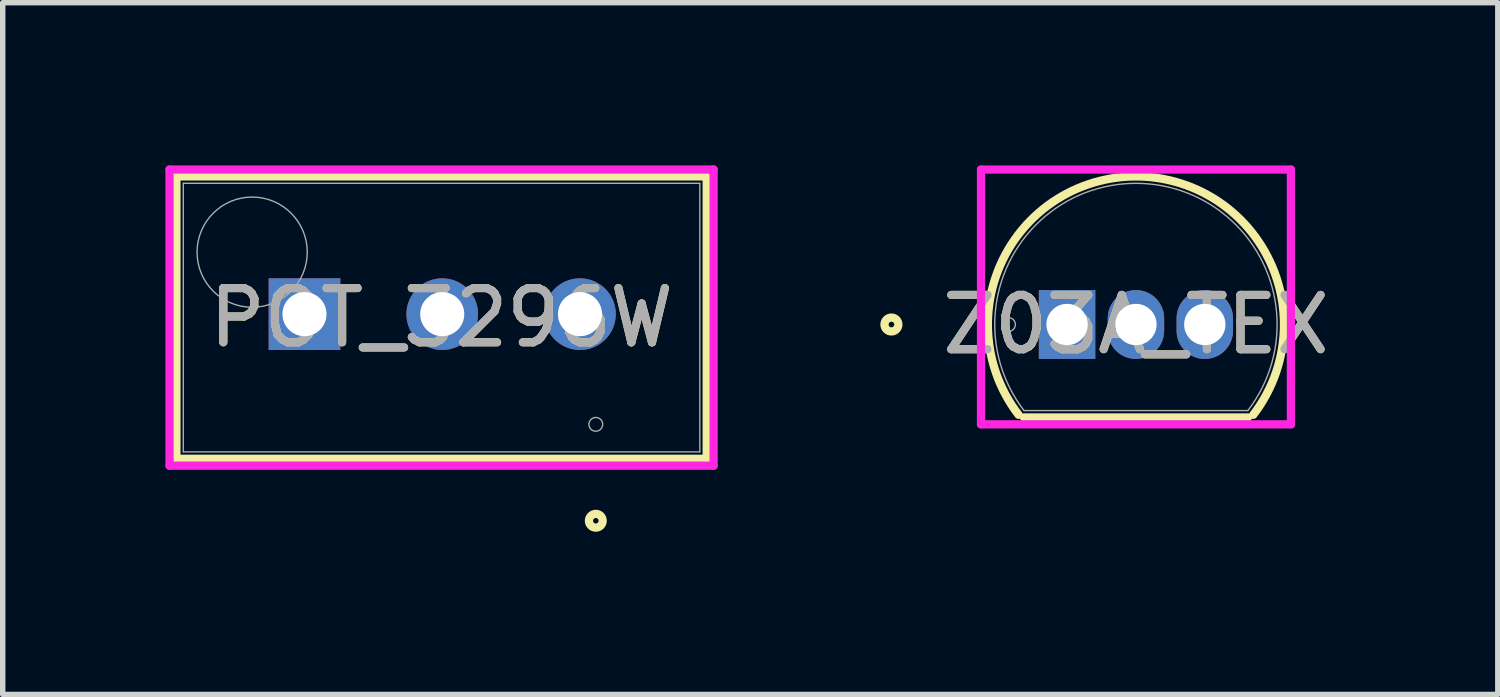
<source format=kicad_pcb>
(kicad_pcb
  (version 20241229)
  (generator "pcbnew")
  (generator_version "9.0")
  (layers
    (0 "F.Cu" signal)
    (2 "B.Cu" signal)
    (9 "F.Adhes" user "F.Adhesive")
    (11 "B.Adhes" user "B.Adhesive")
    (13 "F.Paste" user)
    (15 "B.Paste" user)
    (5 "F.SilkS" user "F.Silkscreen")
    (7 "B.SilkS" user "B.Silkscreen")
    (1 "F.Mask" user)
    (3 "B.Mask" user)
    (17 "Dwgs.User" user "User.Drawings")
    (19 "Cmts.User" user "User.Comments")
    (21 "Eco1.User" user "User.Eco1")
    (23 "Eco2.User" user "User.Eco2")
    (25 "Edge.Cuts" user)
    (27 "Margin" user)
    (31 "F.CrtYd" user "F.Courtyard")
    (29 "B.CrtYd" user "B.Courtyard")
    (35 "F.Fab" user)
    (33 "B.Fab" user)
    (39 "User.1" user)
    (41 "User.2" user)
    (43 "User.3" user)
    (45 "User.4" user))
  (footprint "Z03A_TEX"
    (layer "F.Cu")
    (at 16.627 2.934)
    (property "Reference" "Z03A_TEX" (at 1.27 0 0) (unlocked yes) (layer "F.SilkS") (effects (font (size 1 1) (thickness 0.15))))
    (attr through_hole)
    (fp_line (start -0.794 1.714) (end 3.334 1.714) (stroke (width 0.152) (type solid)) (layer "F.SilkS"))
    (fp_arc (start -0.894167 1.664936) (mid 0.39069 -2.585042) (end 4.0005 0) (stroke (width 0.1524) (type solid)) (layer "F.SilkS"))
    (fp_arc (start 4.0005 0.000001) (mid 3.855041 0.879313) (end 3.434164 1.66494) (stroke (width 0.1524) (type solid)) (layer "F.SilkS"))
    (fp_circle (center -3.239 0) (end -3.111 0) (stroke (width 0.152) (type solid)) (fill no) (layer "F.SilkS"))
    (fp_line (start -1.587 -2.857) (end 4.128 -2.857) (stroke (width 0.152) (type solid)) (layer "F.CrtYd"))
    (fp_line (start -1.587 1.841) (end -1.587 -2.857) (stroke (width 0.152) (type solid)) (layer "F.CrtYd"))
    (fp_line (start 4.128 -2.857) (end 4.128 1.841) (stroke (width 0.152) (type solid)) (layer "F.CrtYd"))
    (fp_line (start 4.128 1.841) (end -1.587 1.841) (stroke (width 0.152) (type solid)) (layer "F.CrtYd"))
    (fp_line (start -0.794 1.587) (end 3.334 1.587) (stroke (width 0.025) (type solid)) (layer "F.Fab"))
    (fp_line (start -0.254 0) (end 0.254 0) (stroke (width 0.152) (type solid)) (layer "F.Fab"))
    (fp_line (start 0 0.254) (end 0 -0.254) (stroke (width 0.152) (type solid)) (layer "F.Fab"))
    (fp_arc (start -0.793507 1.587499) (mid 1.270001 -2.6035) (end 3.333506 1.5875) (stroke (width 0.0254) (type solid)) (layer "F.Fab"))
    (fp_circle (center -1.079 0) (end -0.953 0) (stroke (width 0.025) (type solid)) (fill no) (layer "F.Fab"))
    (fp_text user "${REFERENCE}" (at 1.27 0 0) (unlocked yes) (layer "F.Fab") (effects (font (size 1 1) (thickness 0.15))))
    (pad "1" thru_hole rect (at 0 0) (size 1.041 1.27) (drill 0.762) (layers "*.Cu" "*.Mask"))
    (pad "2" thru_hole oval (at 1.27 0) (size 1.041 1.27) (drill 0.762) (layers "*.Cu" "*.Mask"))
    (pad "3" thru_hole oval (at 2.54 0) (size 1.041 1.27) (drill 0.762) (layers "*.Cu" "*.Mask")))
  (footprint "POT_3296W"
    (layer "F.Cu")
    (at 2.565 2.743)
    (property "Reference" "POT_3296W" (at 2.527 0.064 0) (unlocked yes) (layer "F.SilkS") (effects (font (size 1 1) (thickness 0.15))))
    (attr through_hole)
    (fp_line (start -2.362 -2.54) (end -2.362 2.667) (stroke (width 0.152) (type solid)) (layer "F.SilkS"))
    (fp_line (start -2.362 2.667) (end 7.417 2.667) (stroke (width 0.152) (type solid)) (layer "F.SilkS"))
    (fp_line (start 7.417 -2.54) (end -2.362 -2.54) (stroke (width 0.152) (type solid)) (layer "F.SilkS"))
    (fp_line (start 7.417 2.667) (end 7.417 -2.54) (stroke (width 0.152) (type solid)) (layer "F.SilkS"))
    (fp_circle (center 5.372 3.81) (end 5.499 3.81) (stroke (width 0.152) (type solid)) (fill no) (layer "F.SilkS"))
    (fp_line (start -2.489 -2.667) (end 7.544 -2.667) (stroke (width 0.152) (type solid)) (layer "F.CrtYd"))
    (fp_line (start -2.489 2.794) (end -2.489 -2.667) (stroke (width 0.152) (type solid)) (layer "F.CrtYd"))
    (fp_line (start 7.544 -2.667) (end 7.544 2.794) (stroke (width 0.152) (type solid)) (layer "F.CrtYd"))
    (fp_line (start 7.544 2.794) (end -2.489 2.794) (stroke (width 0.152) (type solid)) (layer "F.CrtYd"))
    (fp_line (start -2.235 -2.413) (end -2.235 2.54) (stroke (width 0.025) (type solid)) (layer "F.Fab"))
    (fp_line (start -2.235 2.54) (end 7.29 2.54) (stroke (width 0.025) (type solid)) (layer "F.Fab"))
    (fp_line (start 7.29 -2.413) (end -2.235 -2.413) (stroke (width 0.025) (type solid)) (layer "F.Fab"))
    (fp_line (start 7.29 2.54) (end 7.29 -2.413) (stroke (width 0.025) (type solid)) (layer "F.Fab"))
    (fp_circle (center -0.965 -1.143) (end 0.051 -1.143) (stroke (width 0.025) (type solid)) (fill no) (layer "F.Fab"))
    (fp_circle (center 5.372 2.032) (end 5.499 2.032) (stroke (width 0.025) (type solid)) (fill no) (layer "F.Fab"))
    (fp_text user "${REFERENCE}" (at 2.527 0.064 0) (unlocked yes) (layer "F.Fab") (effects (font (size 1 1) (thickness 0.15))))
    (pad "1" thru_hole circle (at 5.08 0) (size 1.321 1.321) (drill 0.813) (layers "*.Cu" "*.Mask"))
    (pad "2" thru_hole circle (at 2.54 0) (size 1.321 1.321) (drill 0.813) (layers "*.Cu" "*.Mask"))
    (pad "3" thru_hole rect (at 0 0) (size 1.321 1.321) (drill 0.813) (layers "*.Cu" "*.Mask")))
  (gr_rect
    (start -3 -3)
    (end 24.57 9.756)
    (stroke (width 0.1) (type default))
    (fill no)
    (layer "Edge.Cuts")))
</source>
